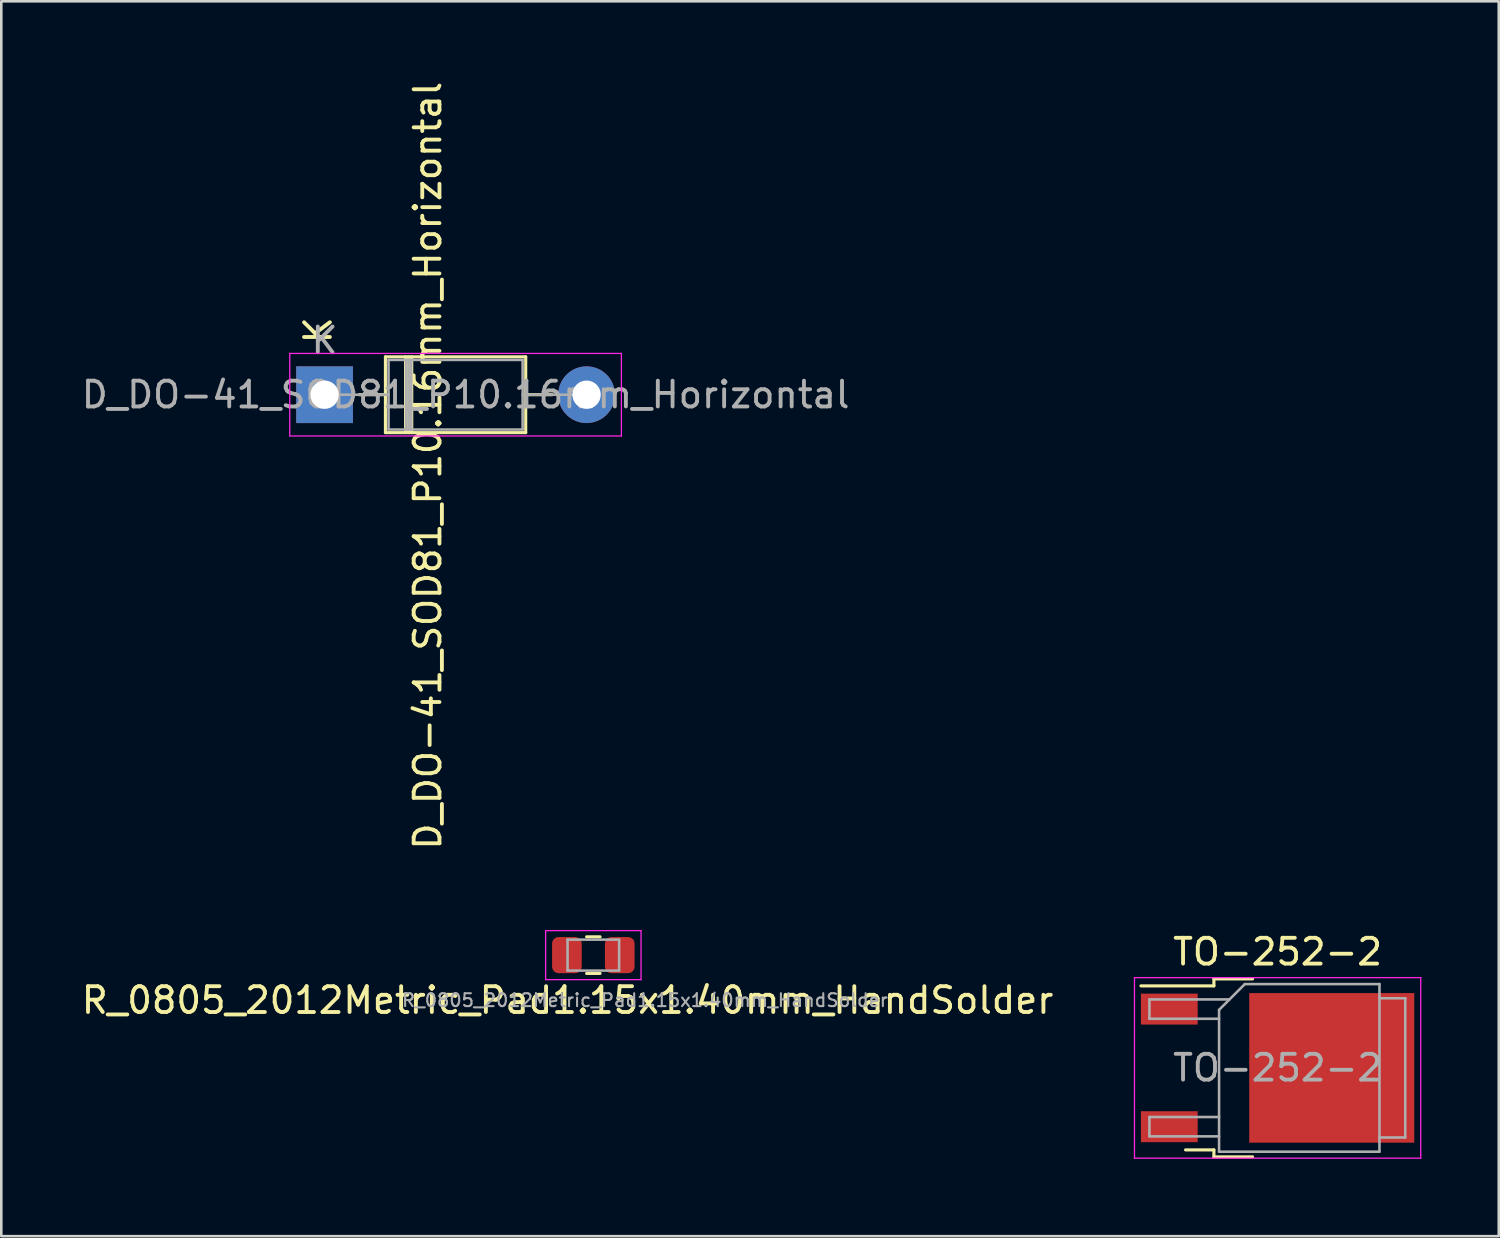
<source format=kicad_pcb>
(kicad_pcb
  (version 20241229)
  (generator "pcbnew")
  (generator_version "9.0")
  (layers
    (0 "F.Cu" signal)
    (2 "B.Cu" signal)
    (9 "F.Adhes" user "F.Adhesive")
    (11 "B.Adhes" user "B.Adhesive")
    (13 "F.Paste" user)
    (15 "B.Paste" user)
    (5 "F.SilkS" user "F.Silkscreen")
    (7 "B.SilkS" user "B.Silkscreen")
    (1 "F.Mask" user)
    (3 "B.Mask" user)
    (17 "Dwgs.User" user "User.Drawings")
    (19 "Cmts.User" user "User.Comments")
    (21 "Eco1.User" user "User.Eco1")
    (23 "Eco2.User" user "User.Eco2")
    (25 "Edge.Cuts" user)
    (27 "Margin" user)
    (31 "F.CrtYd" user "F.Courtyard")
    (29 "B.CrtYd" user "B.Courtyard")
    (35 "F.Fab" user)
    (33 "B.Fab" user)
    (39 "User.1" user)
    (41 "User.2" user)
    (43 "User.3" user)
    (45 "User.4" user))
  (footprint "R_0805_2012Metric_Pad1.15x1.40mm_HandSolder"
    (layer "F.Cu")
    (at 19.958 33.987)
    (property "Reference" "R_0805_2012Metric_Pad1.15x1.40mm_HandSolder" (at -1 1.75 180) (layer "F.SilkS") (effects (font (size 1 1) (thickness 0.15))))
    (attr smd)
    (fp_line (start -0.261 -0.71) (end 0.261 -0.71) (stroke (width 0.12) (type solid)) (layer "F.SilkS"))
    (fp_line (start -0.261 0.71) (end 0.261 0.71) (stroke (width 0.12) (type solid)) (layer "F.SilkS"))
    (fp_line (start -1.85 -0.95) (end 1.85 -0.95) (stroke (width 0.05) (type solid)) (layer "F.CrtYd"))
    (fp_line (start -1.85 0.95) (end -1.85 -0.95) (stroke (width 0.05) (type solid)) (layer "F.CrtYd"))
    (fp_line (start 1.85 -0.95) (end 1.85 0.95) (stroke (width 0.05) (type solid)) (layer "F.CrtYd"))
    (fp_line (start 1.85 0.95) (end -1.85 0.95) (stroke (width 0.05) (type solid)) (layer "F.CrtYd"))
    (fp_line (start -1 -0.6) (end 1 -0.6) (stroke (width 0.1) (type solid)) (layer "F.Fab"))
    (fp_line (start -1 0.6) (end -1 -0.6) (stroke (width 0.1) (type solid)) (layer "F.Fab"))
    (fp_line (start 1 -0.6) (end 1 0.6) (stroke (width 0.1) (type solid)) (layer "F.Fab"))
    (fp_line (start 1 0.6) (end -1 0.6) (stroke (width 0.1) (type solid)) (layer "F.Fab"))
    (fp_text user "${REFERENCE}" (at 2 1.75 0) (layer "F.Fab") (effects (font (size 0.5 0.5) (thickness 0.08))))
    (pad "1" smd roundrect (at -1.025 0) (size 1.15 1.4) (layers "F.Cu" "F.Mask" "F.Paste") (roundrect_rratio 0.217))
    (pad "2" smd roundrect (at 1.025 0) (size 1.15 1.4) (layers "F.Cu" "F.Mask" "F.Paste") (roundrect_rratio 0.217)))
  (footprint "TO-252-2"
    (layer "F.Cu")
    (at 46.492 38.36)
    (property "Reference" "TO-252-2" (at 0 -4.5 0) (layer "F.SilkS") (effects (font (size 1 1) (thickness 0.15))))
    (attr smd)
    (fp_line (start -2.47 -3.45) (end -2.47 -3.18) (stroke (width 0.12) (type solid)) (layer "F.SilkS"))
    (fp_line (start -2.47 -3.18) (end -5.3 -3.18) (stroke (width 0.12) (type solid)) (layer "F.SilkS"))
    (fp_line (start -2.47 3.18) (end -3.57 3.18) (stroke (width 0.12) (type solid)) (layer "F.SilkS"))
    (fp_line (start -2.47 3.45) (end -2.47 3.18) (stroke (width 0.12) (type solid)) (layer "F.SilkS"))
    (fp_line (start -0.97 -3.45) (end -2.47 -3.45) (stroke (width 0.12) (type solid)) (layer "F.SilkS"))
    (fp_line (start -0.97 3.45) (end -2.47 3.45) (stroke (width 0.12) (type solid)) (layer "F.SilkS"))
    (fp_line (start -5.55 -3.5) (end -5.55 3.5) (stroke (width 0.05) (type solid)) (layer "F.CrtYd"))
    (fp_line (start -5.55 3.5) (end 5.55 3.5) (stroke (width 0.05) (type solid)) (layer "F.CrtYd"))
    (fp_line (start 5.55 -3.5) (end -5.55 -3.5) (stroke (width 0.05) (type solid)) (layer "F.CrtYd"))
    (fp_line (start 5.55 3.5) (end 5.55 -3.5) (stroke (width 0.05) (type solid)) (layer "F.CrtYd"))
    (fp_line (start -4.97 -2.655) (end -4.97 -1.905) (stroke (width 0.1) (type solid)) (layer "F.Fab"))
    (fp_line (start -4.97 -1.905) (end -2.27 -1.905) (stroke (width 0.1) (type solid)) (layer "F.Fab"))
    (fp_line (start -4.97 1.905) (end -4.97 2.655) (stroke (width 0.1) (type solid)) (layer "F.Fab"))
    (fp_line (start -4.97 2.655) (end -2.27 2.655) (stroke (width 0.1) (type solid)) (layer "F.Fab"))
    (fp_line (start -2.27 -2.25) (end -1.27 -3.25) (stroke (width 0.1) (type solid)) (layer "F.Fab"))
    (fp_line (start -2.27 1.905) (end -4.97 1.905) (stroke (width 0.1) (type solid)) (layer "F.Fab"))
    (fp_line (start -2.27 3.25) (end -2.27 -2.25) (stroke (width 0.1) (type solid)) (layer "F.Fab"))
    (fp_line (start -1.865 -2.655) (end -4.97 -2.655) (stroke (width 0.1) (type solid)) (layer "F.Fab"))
    (fp_line (start -1.27 -3.25) (end 3.95 -3.25) (stroke (width 0.1) (type solid)) (layer "F.Fab"))
    (fp_line (start 3.95 -3.25) (end 3.95 3.25) (stroke (width 0.1) (type solid)) (layer "F.Fab"))
    (fp_line (start 3.95 -2.7) (end 4.95 -2.7) (stroke (width 0.1) (type solid)) (layer "F.Fab"))
    (fp_line (start 3.95 3.25) (end -2.27 3.25) (stroke (width 0.1) (type solid)) (layer "F.Fab"))
    (fp_line (start 4.95 -2.7) (end 4.95 2.7) (stroke (width 0.1) (type solid)) (layer "F.Fab"))
    (fp_line (start 4.95 2.7) (end 3.95 2.7) (stroke (width 0.1) (type solid)) (layer "F.Fab"))
    (fp_text user "${REFERENCE}" (at 0 0 0) (layer "F.Fab") (effects (font (size 1 1) (thickness 0.15))))
    (pad "" smd rect (at 0.425 -1.525) (size 3.05 2.75) (layers "F.Paste"))
    (pad "" smd rect (at 0.425 1.525) (size 3.05 2.75) (layers "F.Paste"))
    (pad "" smd rect (at 3.775 -1.525) (size 3.05 2.75) (layers "F.Paste"))
    (pad "" smd rect (at 3.775 1.525) (size 3.05 2.75) (layers "F.Paste"))
    (pad "1" smd rect (at -4.2 -2.28) (size 2.2 1.2) (layers "F.Cu" "F.Mask" "F.Paste"))
    (pad "2" smd rect (at 2.1 0) (size 6.4 5.8) (layers "F.Cu" "F.Mask"))
    (pad "3" smd rect (at -4.2 2.28) (size 2.2 1.2) (layers "F.Cu" "F.Mask" "F.Paste")))
  (footprint "D_DO-41_SOD81_P10.16mm_Horizontal"
    (layer "F.Cu")
    (at 9.536 12.256)
    (property "Reference" "D_DO-41_SOD81_P10.16mm_Horizontal" (at 4 2.75 270) (layer "F.SilkS") (effects (font (size 1 1) (thickness 0.15))))
    (attr through_hole)
    (fp_line (start 1.34 0) (end 2.36 0) (stroke (width 0.12) (type solid)) (layer "F.SilkS"))
    (fp_line (start 2.36 -1.47) (end 2.36 1.47) (stroke (width 0.12) (type solid)) (layer "F.SilkS"))
    (fp_line (start 2.36 1.47) (end 7.8 1.47) (stroke (width 0.12) (type solid)) (layer "F.SilkS"))
    (fp_line (start 3.14 -1.47) (end 3.14 1.47) (stroke (width 0.12) (type solid)) (layer "F.SilkS"))
    (fp_line (start 3.26 -1.47) (end 3.26 1.47) (stroke (width 0.12) (type solid)) (layer "F.SilkS"))
    (fp_line (start 3.38 -1.47) (end 3.38 1.47) (stroke (width 0.12) (type solid)) (layer "F.SilkS"))
    (fp_line (start 7.8 -1.47) (end 2.36 -1.47) (stroke (width 0.12) (type solid)) (layer "F.SilkS"))
    (fp_line (start 7.8 1.47) (end 7.8 -1.47) (stroke (width 0.12) (type solid)) (layer "F.SilkS"))
    (fp_line (start 8.82 0) (end 7.8 0) (stroke (width 0.12) (type solid)) (layer "F.SilkS"))
    (fp_line (start -1.35 -1.6) (end -1.35 1.6) (stroke (width 0.05) (type solid)) (layer "F.CrtYd"))
    (fp_line (start -1.35 1.6) (end 11.51 1.6) (stroke (width 0.05) (type solid)) (layer "F.CrtYd"))
    (fp_line (start 11.51 -1.6) (end -1.35 -1.6) (stroke (width 0.05) (type solid)) (layer "F.CrtYd"))
    (fp_line (start 11.51 1.6) (end 11.51 -1.6) (stroke (width 0.05) (type solid)) (layer "F.CrtYd"))
    (fp_line (start 0 0) (end 2.48 0) (stroke (width 0.1) (type solid)) (layer "F.Fab"))
    (fp_line (start 2.48 -1.35) (end 2.48 1.35) (stroke (width 0.1) (type solid)) (layer "F.Fab"))
    (fp_line (start 2.48 1.35) (end 7.68 1.35) (stroke (width 0.1) (type solid)) (layer "F.Fab"))
    (fp_line (start 3.16 -1.35) (end 3.16 1.35) (stroke (width 0.1) (type solid)) (layer "F.Fab"))
    (fp_line (start 3.26 -1.35) (end 3.26 1.35) (stroke (width 0.1) (type solid)) (layer "F.Fab"))
    (fp_line (start 3.36 -1.35) (end 3.36 1.35) (stroke (width 0.1) (type solid)) (layer "F.Fab"))
    (fp_line (start 7.68 -1.35) (end 2.48 -1.35) (stroke (width 0.1) (type solid)) (layer "F.Fab"))
    (fp_line (start 7.68 1.35) (end 7.68 -1.35) (stroke (width 0.1) (type solid)) (layer "F.Fab"))
    (fp_line (start 10.16 0) (end 7.68 0) (stroke (width 0.1) (type solid)) (layer "F.Fab"))
    (fp_text user "K" (at -0.25 -2.5 270) (layer "F.SilkS") (effects (font (size 1 1) (thickness 0.15))))
    (fp_text user "K" (at 0 -2.1 180) (layer "F.Fab") (effects (font (size 1 1) (thickness 0.15))))
    (fp_text user "${REFERENCE}" (at 5.47 0 180) (layer "F.Fab") (effects (font (size 1 1) (thickness 0.15))))
    (pad "1" thru_hole rect (at 0 0) (size 2.2 2.2) (drill 1.1) (layers "*.Cu" "*.Mask"))
    (pad "2" thru_hole oval (at 10.16 0) (size 2.2 2.2) (drill 1.1) (layers "*.Cu" "*.Mask")))
  (gr_rect
    (start -3 -3)
    (end 55.067 44.885)
    (stroke (width 0.1) (type default))
    (fill no)
    (layer "Edge.Cuts")))
</source>
